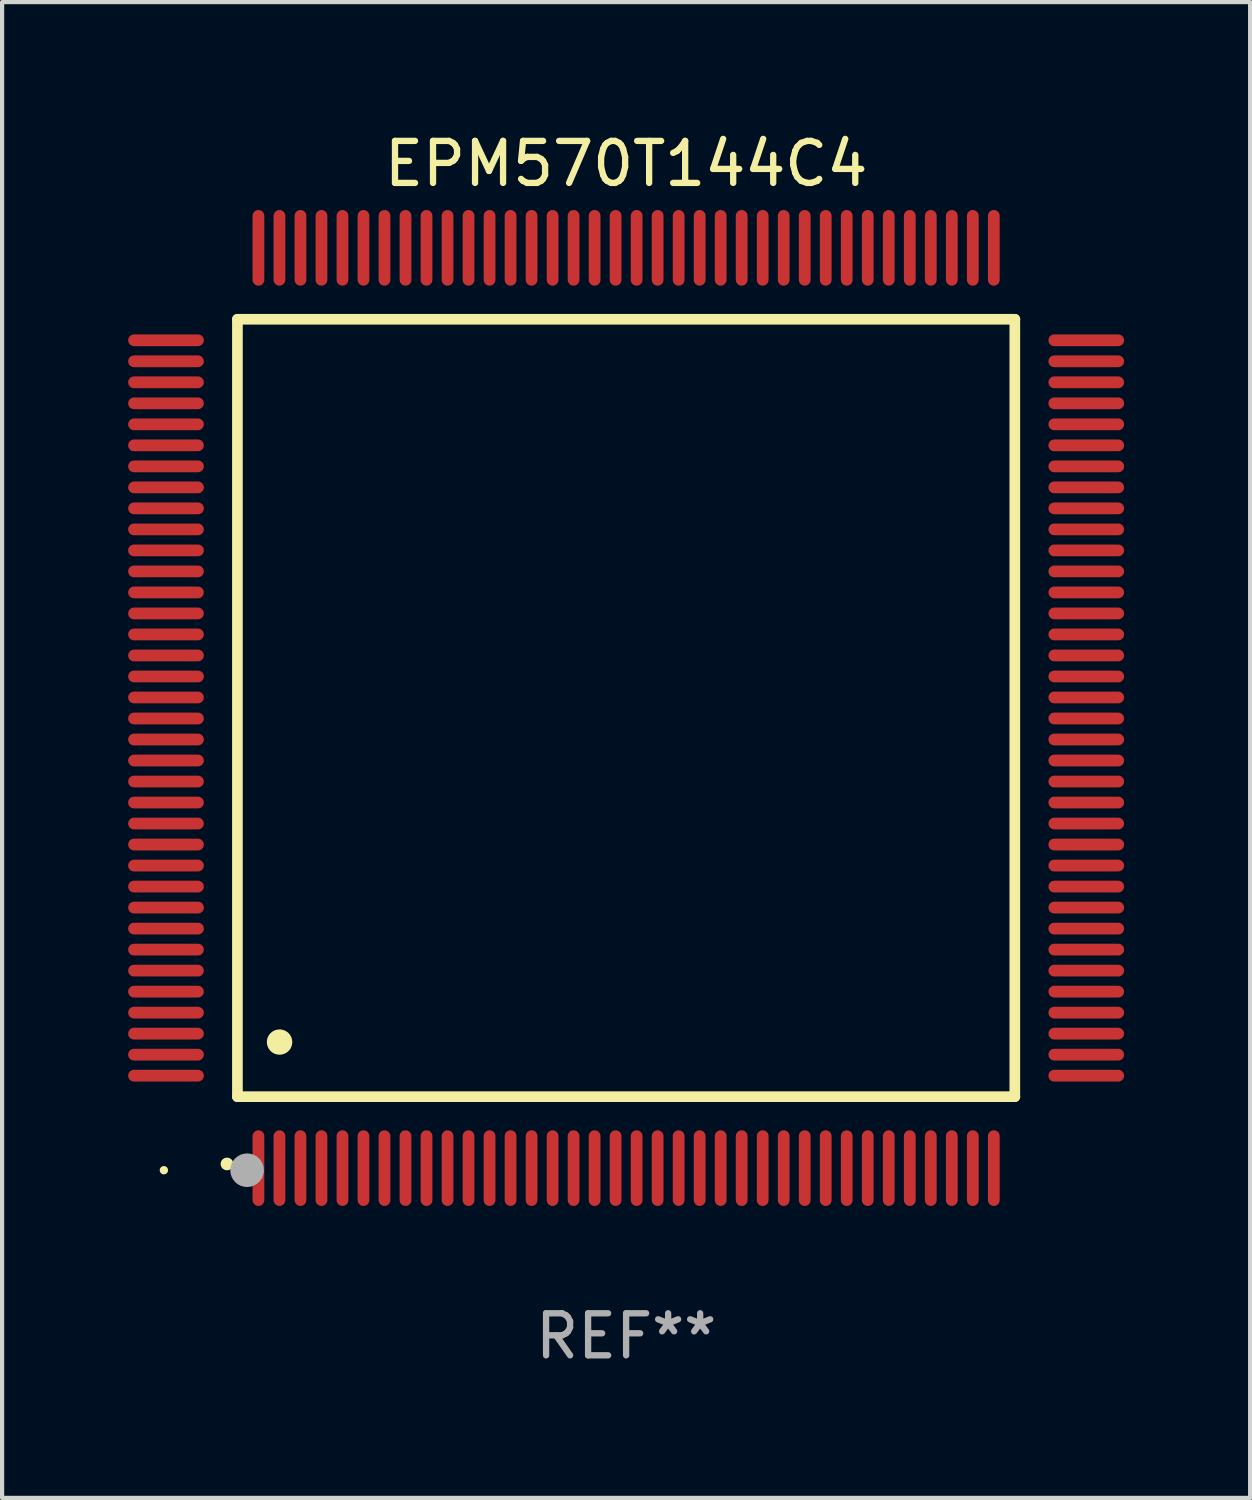
<source format=kicad_pcb>
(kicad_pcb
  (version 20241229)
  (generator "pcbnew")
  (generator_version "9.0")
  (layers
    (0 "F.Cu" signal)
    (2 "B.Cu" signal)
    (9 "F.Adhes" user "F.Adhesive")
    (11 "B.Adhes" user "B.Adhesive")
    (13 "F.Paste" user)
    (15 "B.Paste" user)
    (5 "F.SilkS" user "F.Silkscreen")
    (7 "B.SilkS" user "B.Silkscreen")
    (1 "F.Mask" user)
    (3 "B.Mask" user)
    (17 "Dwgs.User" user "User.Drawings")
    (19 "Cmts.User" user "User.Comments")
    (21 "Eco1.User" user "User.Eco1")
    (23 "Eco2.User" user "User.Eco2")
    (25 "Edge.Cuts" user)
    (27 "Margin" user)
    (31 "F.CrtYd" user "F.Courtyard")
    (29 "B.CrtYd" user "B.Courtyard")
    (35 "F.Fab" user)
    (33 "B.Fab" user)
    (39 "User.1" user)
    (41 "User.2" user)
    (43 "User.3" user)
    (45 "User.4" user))
  (footprint "EPM570T144C4"
    (layer "F.Cu")
    (at 11.85 13.798)
    (property "Reference" "EPM570T144C4" (at 0 -12.95 0) (layer "F.SilkS") (effects (font (size 1 1) (thickness 0.15))))
    (attr through_hole)
    (fp_line (start -9.25 -9.25) (end -9.25 9.25) (stroke (width 0.254) (type solid)) (layer "F.SilkS"))
    (fp_line (start -9.25 9.25) (end 9.25 9.25) (stroke (width 0.254) (type solid)) (layer "F.SilkS"))
    (fp_line (start 9.25 -9.25) (end -9.25 -9.25) (stroke (width 0.254) (type solid)) (layer "F.SilkS"))
    (fp_line (start 9.25 9.25) (end 9.25 -9.25) (stroke (width 0.254) (type solid)) (layer "F.SilkS"))
    (fp_arc (start -9.499619 10.850902) (mid -9.498349 10.850897) (end -9.497079 10.850902) (stroke (width 0.3) (type solid)) (layer "F.SilkS"))
    (fp_arc (start -8.249936 7.950216) (mid -8.247396 7.950205) (end -8.244856 7.950216) (stroke (width 0.6) (type solid)) (layer "F.SilkS"))
    (fp_circle (center -11 11) (end -10.95 11) (stroke (width 0.1) (type solid)) (fill no) (layer "F.SilkS"))
    (fp_circle (center -9.02 11) (end -8.82 11) (stroke (width 0.4) (type solid)) (fill no) (layer "F.Fab"))
    (fp_text user "REF**" (at 0 14.95 0) (layer "F.Fab") (effects (font (size 1 1) (thickness 0.15))))
    (pad "1" smd oval (at -8.75 10.95) (size 0.28 1.8) (layers "F.Cu" "F.Mask" "F.Paste"))
    (pad "2" smd oval (at -8.25 10.95) (size 0.28 1.8) (layers "F.Cu" "F.Mask" "F.Paste"))
    (pad "3" smd oval (at -7.75 10.95) (size 0.28 1.8) (layers "F.Cu" "F.Mask" "F.Paste"))
    (pad "4" smd oval (at -7.25 10.95) (size 0.28 1.8) (layers "F.Cu" "F.Mask" "F.Paste"))
    (pad "5" smd oval (at -6.75 10.95) (size 0.28 1.8) (layers "F.Cu" "F.Mask" "F.Paste"))
    (pad "6" smd oval (at -6.25 10.95) (size 0.28 1.8) (layers "F.Cu" "F.Mask" "F.Paste"))
    (pad "7" smd oval (at -5.75 10.95) (size 0.28 1.8) (layers "F.Cu" "F.Mask" "F.Paste"))
    (pad "8" smd oval (at -5.25 10.95) (size 0.28 1.8) (layers "F.Cu" "F.Mask" "F.Paste"))
    (pad "9" smd oval (at -4.75 10.95) (size 0.28 1.8) (layers "F.Cu" "F.Mask" "F.Paste"))
    (pad "10" smd oval (at -4.25 10.95) (size 0.28 1.8) (layers "F.Cu" "F.Mask" "F.Paste"))
    (pad "11" smd oval (at -3.75 10.95) (size 0.28 1.8) (layers "F.Cu" "F.Mask" "F.Paste"))
    (pad "12" smd oval (at -3.25 10.95) (size 0.28 1.8) (layers "F.Cu" "F.Mask" "F.Paste"))
    (pad "13" smd oval (at -2.75 10.95) (size 0.28 1.8) (layers "F.Cu" "F.Mask" "F.Paste"))
    (pad "14" smd oval (at -2.25 10.95) (size 0.28 1.8) (layers "F.Cu" "F.Mask" "F.Paste"))
    (pad "15" smd oval (at -1.75 10.95) (size 0.28 1.8) (layers "F.Cu" "F.Mask" "F.Paste"))
    (pad "16" smd oval (at -1.25 10.95) (size 0.28 1.8) (layers "F.Cu" "F.Mask" "F.Paste"))
    (pad "17" smd oval (at -0.75 10.95) (size 0.28 1.8) (layers "F.Cu" "F.Mask" "F.Paste"))
    (pad "18" smd oval (at -0.25 10.95) (size 0.28 1.8) (layers "F.Cu" "F.Mask" "F.Paste"))
    (pad "19" smd oval (at 0.25 10.95) (size 0.28 1.8) (layers "F.Cu" "F.Mask" "F.Paste"))
    (pad "20" smd oval (at 0.75 10.95) (size 0.28 1.8) (layers "F.Cu" "F.Mask" "F.Paste"))
    (pad "21" smd oval (at 1.25 10.95) (size 0.28 1.8) (layers "F.Cu" "F.Mask" "F.Paste"))
    (pad "22" smd oval (at 1.75 10.95) (size 0.28 1.8) (layers "F.Cu" "F.Mask" "F.Paste"))
    (pad "23" smd oval (at 2.25 10.95) (size 0.28 1.8) (layers "F.Cu" "F.Mask" "F.Paste"))
    (pad "24" smd oval (at 2.75 10.95) (size 0.28 1.8) (layers "F.Cu" "F.Mask" "F.Paste"))
    (pad "25" smd oval (at 3.25 10.95) (size 0.28 1.8) (layers "F.Cu" "F.Mask" "F.Paste"))
    (pad "26" smd oval (at 3.75 10.95) (size 0.28 1.8) (layers "F.Cu" "F.Mask" "F.Paste"))
    (pad "27" smd oval (at 4.25 10.95) (size 0.28 1.8) (layers "F.Cu" "F.Mask" "F.Paste"))
    (pad "28" smd oval (at 4.75 10.95) (size 0.28 1.8) (layers "F.Cu" "F.Mask" "F.Paste"))
    (pad "29" smd oval (at 5.25 10.95) (size 0.28 1.8) (layers "F.Cu" "F.Mask" "F.Paste"))
    (pad "30" smd oval (at 5.75 10.95) (size 0.28 1.8) (layers "F.Cu" "F.Mask" "F.Paste"))
    (pad "31" smd oval (at 6.25 10.95) (size 0.28 1.8) (layers "F.Cu" "F.Mask" "F.Paste"))
    (pad "32" smd oval (at 6.75 10.95) (size 0.28 1.8) (layers "F.Cu" "F.Mask" "F.Paste"))
    (pad "33" smd oval (at 7.25 10.95) (size 0.28 1.8) (layers "F.Cu" "F.Mask" "F.Paste"))
    (pad "34" smd oval (at 7.75 10.95) (size 0.28 1.8) (layers "F.Cu" "F.Mask" "F.Paste"))
    (pad "35" smd oval (at 8.25 10.95) (size 0.28 1.8) (layers "F.Cu" "F.Mask" "F.Paste"))
    (pad "36" smd oval (at 8.75 10.95) (size 0.28 1.8) (layers "F.Cu" "F.Mask" "F.Paste"))
    (pad "37" smd oval (at 10.95 8.75) (size 1.8 0.28) (layers "F.Cu" "F.Mask" "F.Paste"))
    (pad "38" smd oval (at 10.95 8.25) (size 1.8 0.28) (layers "F.Cu" "F.Mask" "F.Paste"))
    (pad "39" smd oval (at 10.95 7.75) (size 1.8 0.28) (layers "F.Cu" "F.Mask" "F.Paste"))
    (pad "40" smd oval (at 10.95 7.25) (size 1.8 0.28) (layers "F.Cu" "F.Mask" "F.Paste"))
    (pad "41" smd oval (at 10.95 6.75) (size 1.8 0.28) (layers "F.Cu" "F.Mask" "F.Paste"))
    (pad "42" smd oval (at 10.95 6.25) (size 1.8 0.28) (layers "F.Cu" "F.Mask" "F.Paste"))
    (pad "43" smd oval (at 10.95 5.75) (size 1.8 0.28) (layers "F.Cu" "F.Mask" "F.Paste"))
    (pad "44" smd oval (at 10.95 5.25) (size 1.8 0.28) (layers "F.Cu" "F.Mask" "F.Paste"))
    (pad "45" smd oval (at 10.95 4.75) (size 1.8 0.28) (layers "F.Cu" "F.Mask" "F.Paste"))
    (pad "46" smd oval (at 10.95 4.25) (size 1.8 0.28) (layers "F.Cu" "F.Mask" "F.Paste"))
    (pad "47" smd oval (at 10.95 3.75) (size 1.8 0.28) (layers "F.Cu" "F.Mask" "F.Paste"))
    (pad "48" smd oval (at 10.95 3.25) (size 1.8 0.28) (layers "F.Cu" "F.Mask" "F.Paste"))
    (pad "49" smd oval (at 10.95 2.75) (size 1.8 0.28) (layers "F.Cu" "F.Mask" "F.Paste"))
    (pad "50" smd oval (at 10.95 2.25) (size 1.8 0.28) (layers "F.Cu" "F.Mask" "F.Paste"))
    (pad "51" smd oval (at 10.95 1.75) (size 1.8 0.28) (layers "F.Cu" "F.Mask" "F.Paste"))
    (pad "52" smd oval (at 10.95 1.25) (size 1.8 0.28) (layers "F.Cu" "F.Mask" "F.Paste"))
    (pad "53" smd oval (at 10.95 0.75) (size 1.8 0.28) (layers "F.Cu" "F.Mask" "F.Paste"))
    (pad "54" smd oval (at 10.95 0.25) (size 1.8 0.28) (layers "F.Cu" "F.Mask" "F.Paste"))
    (pad "55" smd oval (at 10.95 -0.25) (size 1.8 0.28) (layers "F.Cu" "F.Mask" "F.Paste"))
    (pad "56" smd oval (at 10.95 -0.75) (size 1.8 0.28) (layers "F.Cu" "F.Mask" "F.Paste"))
    (pad "57" smd oval (at 10.95 -1.25) (size 1.8 0.28) (layers "F.Cu" "F.Mask" "F.Paste"))
    (pad "58" smd oval (at 10.95 -1.75) (size 1.8 0.28) (layers "F.Cu" "F.Mask" "F.Paste"))
    (pad "59" smd oval (at 10.95 -2.25) (size 1.8 0.28) (layers "F.Cu" "F.Mask" "F.Paste"))
    (pad "60" smd oval (at 10.95 -2.75) (size 1.8 0.28) (layers "F.Cu" "F.Mask" "F.Paste"))
    (pad "61" smd oval (at 10.95 -3.25) (size 1.8 0.28) (layers "F.Cu" "F.Mask" "F.Paste"))
    (pad "62" smd oval (at 10.95 -3.75) (size 1.8 0.28) (layers "F.Cu" "F.Mask" "F.Paste"))
    (pad "63" smd oval (at 10.95 -4.25) (size 1.8 0.28) (layers "F.Cu" "F.Mask" "F.Paste"))
    (pad "64" smd oval (at 10.95 -4.75) (size 1.8 0.28) (layers "F.Cu" "F.Mask" "F.Paste"))
    (pad "65" smd oval (at 10.95 -5.25) (size 1.8 0.28) (layers "F.Cu" "F.Mask" "F.Paste"))
    (pad "66" smd oval (at 10.95 -5.75) (size 1.8 0.28) (layers "F.Cu" "F.Mask" "F.Paste"))
    (pad "67" smd oval (at 10.95 -6.25) (size 1.8 0.28) (layers "F.Cu" "F.Mask" "F.Paste"))
    (pad "68" smd oval (at 10.95 -6.75) (size 1.8 0.28) (layers "F.Cu" "F.Mask" "F.Paste"))
    (pad "69" smd oval (at 10.95 -7.25) (size 1.8 0.28) (layers "F.Cu" "F.Mask" "F.Paste"))
    (pad "70" smd oval (at 10.95 -7.75) (size 1.8 0.28) (layers "F.Cu" "F.Mask" "F.Paste"))
    (pad "71" smd oval (at 10.95 -8.25) (size 1.8 0.28) (layers "F.Cu" "F.Mask" "F.Paste"))
    (pad "72" smd oval (at 10.95 -8.75) (size 1.8 0.28) (layers "F.Cu" "F.Mask" "F.Paste"))
    (pad "73" smd oval (at 8.75 -10.95) (size 0.28 1.8) (layers "F.Cu" "F.Mask" "F.Paste"))
    (pad "74" smd oval (at 8.25 -10.95) (size 0.28 1.8) (layers "F.Cu" "F.Mask" "F.Paste"))
    (pad "75" smd oval (at 7.75 -10.95) (size 0.28 1.8) (layers "F.Cu" "F.Mask" "F.Paste"))
    (pad "76" smd oval (at 7.25 -10.95) (size 0.28 1.8) (layers "F.Cu" "F.Mask" "F.Paste"))
    (pad "77" smd oval (at 6.75 -10.95) (size 0.28 1.8) (layers "F.Cu" "F.Mask" "F.Paste"))
    (pad "78" smd oval (at 6.25 -10.95) (size 0.28 1.8) (layers "F.Cu" "F.Mask" "F.Paste"))
    (pad "79" smd oval (at 5.75 -10.95) (size 0.28 1.8) (layers "F.Cu" "F.Mask" "F.Paste"))
    (pad "80" smd oval (at 5.25 -10.95) (size 0.28 1.8) (layers "F.Cu" "F.Mask" "F.Paste"))
    (pad "81" smd oval (at 4.75 -10.95) (size 0.28 1.8) (layers "F.Cu" "F.Mask" "F.Paste"))
    (pad "82" smd oval (at 4.25 -10.95) (size 0.28 1.8) (layers "F.Cu" "F.Mask" "F.Paste"))
    (pad "83" smd oval (at 3.75 -10.95) (size 0.28 1.8) (layers "F.Cu" "F.Mask" "F.Paste"))
    (pad "84" smd oval (at 3.25 -10.95) (size 0.28 1.8) (layers "F.Cu" "F.Mask" "F.Paste"))
    (pad "85" smd oval (at 2.75 -10.95) (size 0.28 1.8) (layers "F.Cu" "F.Mask" "F.Paste"))
    (pad "86" smd oval (at 2.25 -10.95) (size 0.28 1.8) (layers "F.Cu" "F.Mask" "F.Paste"))
    (pad "87" smd oval (at 1.75 -10.95) (size 0.28 1.8) (layers "F.Cu" "F.Mask" "F.Paste"))
    (pad "88" smd oval (at 1.25 -10.95) (size 0.28 1.8) (layers "F.Cu" "F.Mask" "F.Paste"))
    (pad "89" smd oval (at 0.75 -10.95) (size 0.28 1.8) (layers "F.Cu" "F.Mask" "F.Paste"))
    (pad "90" smd oval (at 0.25 -10.95) (size 0.28 1.8) (layers "F.Cu" "F.Mask" "F.Paste"))
    (pad "91" smd oval (at -0.25 -10.95) (size 0.28 1.8) (layers "F.Cu" "F.Mask" "F.Paste"))
    (pad "92" smd oval (at -0.75 -10.95) (size 0.28 1.8) (layers "F.Cu" "F.Mask" "F.Paste"))
    (pad "93" smd oval (at -1.25 -10.95) (size 0.28 1.8) (layers "F.Cu" "F.Mask" "F.Paste"))
    (pad "94" smd oval (at -1.75 -10.95) (size 0.28 1.8) (layers "F.Cu" "F.Mask" "F.Paste"))
    (pad "95" smd oval (at -2.25 -10.95) (size 0.28 1.8) (layers "F.Cu" "F.Mask" "F.Paste"))
    (pad "96" smd oval (at -2.75 -10.95) (size 0.28 1.8) (layers "F.Cu" "F.Mask" "F.Paste"))
    (pad "97" smd oval (at -3.25 -10.95) (size 0.28 1.8) (layers "F.Cu" "F.Mask" "F.Paste"))
    (pad "98" smd oval (at -3.75 -10.95) (size 0.28 1.8) (layers "F.Cu" "F.Mask" "F.Paste"))
    (pad "99" smd oval (at -4.25 -10.95) (size 0.28 1.8) (layers "F.Cu" "F.Mask" "F.Paste"))
    (pad "100" smd oval (at -4.75 -10.95) (size 0.28 1.8) (layers "F.Cu" "F.Mask" "F.Paste"))
    (pad "101" smd oval (at -5.25 -10.95) (size 0.28 1.8) (layers "F.Cu" "F.Mask" "F.Paste"))
    (pad "102" smd oval (at -5.75 -10.95) (size 0.28 1.8) (layers "F.Cu" "F.Mask" "F.Paste"))
    (pad "103" smd oval (at -6.25 -10.95) (size 0.28 1.8) (layers "F.Cu" "F.Mask" "F.Paste"))
    (pad "104" smd oval (at -6.75 -10.95) (size 0.28 1.8) (layers "F.Cu" "F.Mask" "F.Paste"))
    (pad "105" smd oval (at -7.25 -10.95) (size 0.28 1.8) (layers "F.Cu" "F.Mask" "F.Paste"))
    (pad "106" smd oval (at -7.75 -10.95) (size 0.28 1.8) (layers "F.Cu" "F.Mask" "F.Paste"))
    (pad "107" smd oval (at -8.25 -10.95) (size 0.28 1.8) (layers "F.Cu" "F.Mask" "F.Paste"))
    (pad "108" smd oval (at -8.75 -10.95) (size 0.28 1.8) (layers "F.Cu" "F.Mask" "F.Paste"))
    (pad "109" smd oval (at -10.95 -8.75) (size 1.8 0.28) (layers "F.Cu" "F.Mask" "F.Paste"))
    (pad "110" smd oval (at -10.95 -8.25) (size 1.8 0.28) (layers "F.Cu" "F.Mask" "F.Paste"))
    (pad "111" smd oval (at -10.95 -7.75) (size 1.8 0.28) (layers "F.Cu" "F.Mask" "F.Paste"))
    (pad "112" smd oval (at -10.95 -7.25) (size 1.8 0.28) (layers "F.Cu" "F.Mask" "F.Paste"))
    (pad "113" smd oval (at -10.95 -6.75) (size 1.8 0.28) (layers "F.Cu" "F.Mask" "F.Paste"))
    (pad "114" smd oval (at -10.95 -6.25) (size 1.8 0.28) (layers "F.Cu" "F.Mask" "F.Paste"))
    (pad "115" smd oval (at -10.95 -5.75) (size 1.8 0.28) (layers "F.Cu" "F.Mask" "F.Paste"))
    (pad "116" smd oval (at -10.95 -5.25) (size 1.8 0.28) (layers "F.Cu" "F.Mask" "F.Paste"))
    (pad "117" smd oval (at -10.95 -4.75) (size 1.8 0.28) (layers "F.Cu" "F.Mask" "F.Paste"))
    (pad "118" smd oval (at -10.95 -4.25) (size 1.8 0.28) (layers "F.Cu" "F.Mask" "F.Paste"))
    (pad "119" smd oval (at -10.95 -3.75) (size 1.8 0.28) (layers "F.Cu" "F.Mask" "F.Paste"))
    (pad "120" smd oval (at -10.95 -3.25) (size 1.8 0.28) (layers "F.Cu" "F.Mask" "F.Paste"))
    (pad "121" smd oval (at -10.95 -2.75) (size 1.8 0.28) (layers "F.Cu" "F.Mask" "F.Paste"))
    (pad "122" smd oval (at -10.95 -2.25) (size 1.8 0.28) (layers "F.Cu" "F.Mask" "F.Paste"))
    (pad "123" smd oval (at -10.95 -1.75) (size 1.8 0.28) (layers "F.Cu" "F.Mask" "F.Paste"))
    (pad "124" smd oval (at -10.95 -1.25) (size 1.8 0.28) (layers "F.Cu" "F.Mask" "F.Paste"))
    (pad "125" smd oval (at -10.95 -0.75) (size 1.8 0.28) (layers "F.Cu" "F.Mask" "F.Paste"))
    (pad "126" smd oval (at -10.95 -0.25) (size 1.8 0.28) (layers "F.Cu" "F.Mask" "F.Paste"))
    (pad "127" smd oval (at -10.95 0.25) (size 1.8 0.28) (layers "F.Cu" "F.Mask" "F.Paste"))
    (pad "128" smd oval (at -10.95 0.75) (size 1.8 0.28) (layers "F.Cu" "F.Mask" "F.Paste"))
    (pad "129" smd oval (at -10.95 1.25) (size 1.8 0.28) (layers "F.Cu" "F.Mask" "F.Paste"))
    (pad "130" smd oval (at -10.95 1.75) (size 1.8 0.28) (layers "F.Cu" "F.Mask" "F.Paste"))
    (pad "131" smd oval (at -10.95 2.25) (size 1.8 0.28) (layers "F.Cu" "F.Mask" "F.Paste"))
    (pad "132" smd oval (at -10.95 2.75) (size 1.8 0.28) (layers "F.Cu" "F.Mask" "F.Paste"))
    (pad "133" smd oval (at -10.95 3.25) (size 1.8 0.28) (layers "F.Cu" "F.Mask" "F.Paste"))
    (pad "134" smd oval (at -10.95 3.75) (size 1.8 0.28) (layers "F.Cu" "F.Mask" "F.Paste"))
    (pad "135" smd oval (at -10.95 4.25) (size 1.8 0.28) (layers "F.Cu" "F.Mask" "F.Paste"))
    (pad "136" smd oval (at -10.95 4.75) (size 1.8 0.28) (layers "F.Cu" "F.Mask" "F.Paste"))
    (pad "137" smd oval (at -10.95 5.25) (size 1.8 0.28) (layers "F.Cu" "F.Mask" "F.Paste"))
    (pad "138" smd oval (at -10.95 5.75) (size 1.8 0.28) (layers "F.Cu" "F.Mask" "F.Paste"))
    (pad "139" smd oval (at -10.95 6.25) (size 1.8 0.28) (layers "F.Cu" "F.Mask" "F.Paste"))
    (pad "140" smd oval (at -10.95 6.75) (size 1.8 0.28) (layers "F.Cu" "F.Mask" "F.Paste"))
    (pad "141" smd oval (at -10.95 7.25) (size 1.8 0.28) (layers "F.Cu" "F.Mask" "F.Paste"))
    (pad "142" smd oval (at -10.95 7.75) (size 1.8 0.28) (layers "F.Cu" "F.Mask" "F.Paste"))
    (pad "143" smd oval (at -10.95 8.25) (size 1.8 0.28) (layers "F.Cu" "F.Mask" "F.Paste"))
    (pad "144" smd oval (at -10.95 8.75) (size 1.8 0.28) (layers "F.Cu" "F.Mask" "F.Paste")))
  (gr_rect
    (start -3 -3)
    (end 26.7 32.596)
    (stroke (width 0.1) (type default))
    (fill no)
    (layer "Edge.Cuts")))
</source>
